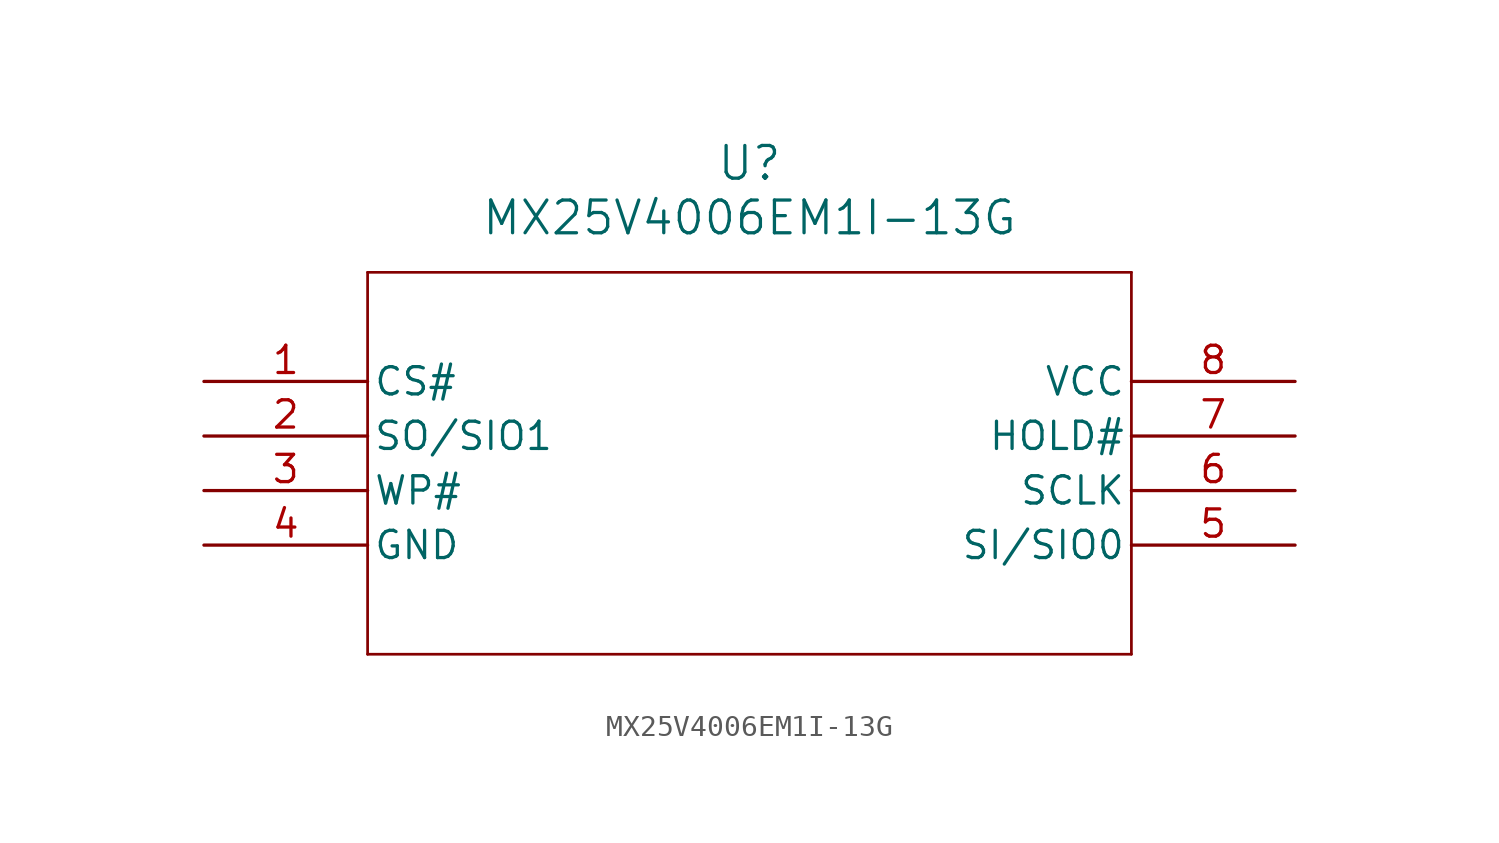
<source format=kicad_sym>
(kicad_symbol_lib
  (version 20211014)
  (generator kicad_symbol_editor)
  (symbol "MX25V4006EM1I-13G"
    (pin_names
      (offset 0.254))
    (property "Reference" "U"
      (at 25.4 10.16 0)
      (effects (font (size 1.524 1.524))))
    (property "Value" "MX25V4006EM1I-13G"
      (at 25.4 7.62 0)
      (effects (font (size 1.524 1.524))))
    (symbol "MX25V4006EM1I-13G_0_1"
      (polyline (pts (xy 7.62 5.08) (xy 7.62 -12.7)) (stroke (width 0.127) (type default) (color 0 0 0 0)) (fill (type none)))
      (polyline (pts (xy 7.62 -12.7) (xy 43.18 -12.7)) (stroke (width 0.127) (type default) (color 0 0 0 0)) (fill (type none)))
      (polyline (pts (xy 43.18 -12.7) (xy 43.18 5.08)) (stroke (width 0.127) (type default) (color 0 0 0 0)) (fill (type none)))
      (polyline (pts (xy 43.18 5.08) (xy 7.62 5.08)) (stroke (width 0.127) (type default) (color 0 0 0 0)) (fill (type none)))
      (pin input line (at 0 0 0) (length 7.62) (name "CS#" (effects (font (size 1.27 1.27)))) (number "1" (effects (font (size 1.27 1.27)))))
      (pin bidirectional line (at 0 -2.54 0) (length 7.62) (name "SO/SIO1" (effects (font (size 1.27 1.27)))) (number "2" (effects (font (size 1.27 1.27)))))
      (pin input line (at 0 -5.08 0) (length 7.62) (name "WP#" (effects (font (size 1.27 1.27)))) (number "3" (effects (font (size 1.27 1.27)))))
      (pin power_out line (at 0 -7.62 0) (length 7.62) (name "GND" (effects (font (size 1.27 1.27)))) (number "4" (effects (font (size 1.27 1.27)))))
      (pin bidirectional line (at 50.8 -7.62 180) (length 7.62) (name "SI/SIO0" (effects (font (size 1.27 1.27)))) (number "5" (effects (font (size 1.27 1.27)))))
      (pin input line (at 50.8 -5.08 180) (length 7.62) (name "SCLK" (effects (font (size 1.27 1.27)))) (number "6" (effects (font (size 1.27 1.27)))))
      (pin input line (at 50.8 -2.54 180) (length 7.62) (name "HOLD#" (effects (font (size 1.27 1.27)))) (number "7" (effects (font (size 1.27 1.27)))))
      (pin power_in line (at 50.8 0 180) (length 7.62) (name "VCC" (effects (font (size 1.27 1.27)))) (number "8" (effects (font (size 1.27 1.27))))))))
</source>
